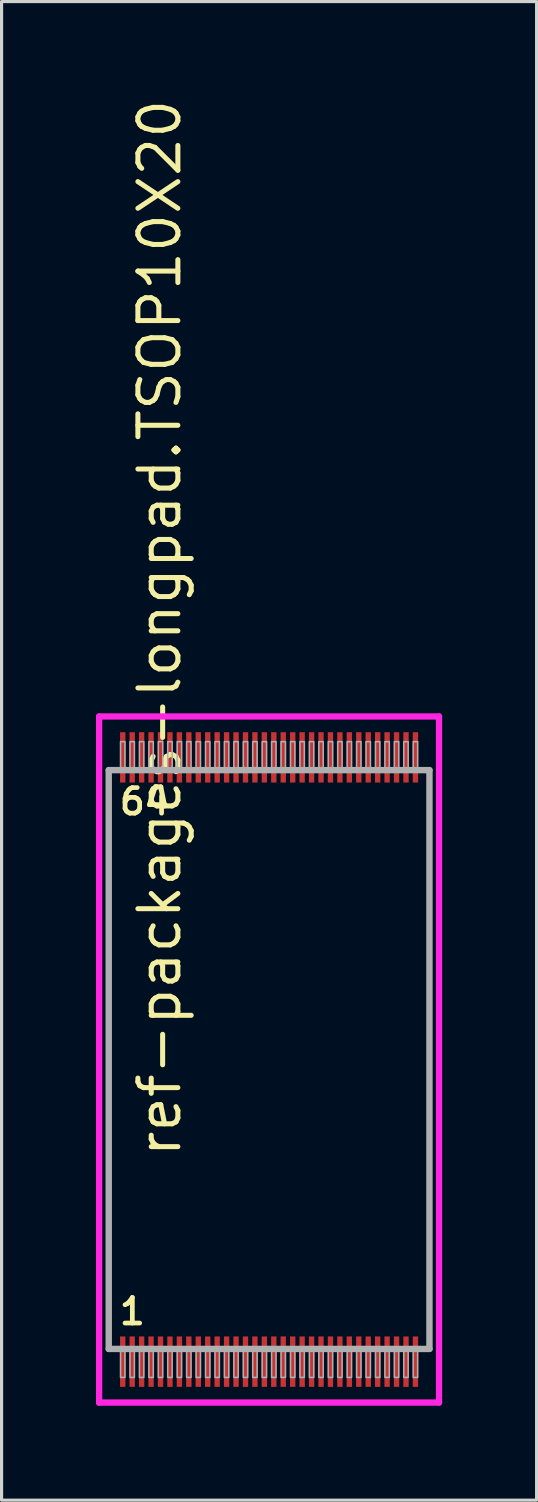
<source format=kicad_pcb>
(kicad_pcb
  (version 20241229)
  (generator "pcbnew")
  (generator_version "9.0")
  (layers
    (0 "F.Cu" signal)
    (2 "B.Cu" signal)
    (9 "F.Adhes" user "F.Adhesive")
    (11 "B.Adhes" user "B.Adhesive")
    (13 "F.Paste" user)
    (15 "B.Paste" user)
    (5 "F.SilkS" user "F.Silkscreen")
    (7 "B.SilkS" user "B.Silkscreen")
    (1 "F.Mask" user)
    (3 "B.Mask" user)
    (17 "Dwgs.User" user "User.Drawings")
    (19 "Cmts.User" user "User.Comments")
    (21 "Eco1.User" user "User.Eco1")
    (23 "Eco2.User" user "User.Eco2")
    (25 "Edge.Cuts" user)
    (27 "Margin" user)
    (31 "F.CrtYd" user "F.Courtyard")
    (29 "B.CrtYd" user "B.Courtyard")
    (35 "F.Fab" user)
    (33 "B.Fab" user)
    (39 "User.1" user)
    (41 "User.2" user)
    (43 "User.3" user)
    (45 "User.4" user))
  (footprint "ref-packages-longpad.TSOP10X20"
    (layer "F.Cu")
    (at 5.5 30.615)
    (property "Reference" "ref-packages-longpad.TSOP10X20" (at -2.735 3.175 90) (layer "F.SilkS") (effects (font (size 1.27 1.27) (thickness 0.16)) (justify left bottom)))
    (attr smd)
    (fp_line (start -5.4 -10.9) (end 5.4 -10.9) (stroke (width 0.2) (type default)) (layer "F.CrtYd"))
    (fp_line (start -5.4 10.9) (end -5.4 -10.9) (stroke (width 0.2) (type default)) (layer "F.CrtYd"))
    (fp_line (start 5.4 -10.9) (end 5.4 10.9) (stroke (width 0.2) (type default)) (layer "F.CrtYd"))
    (fp_line (start 5.4 10.9) (end -5.4 10.9) (stroke (width 0.2) (type default)) (layer "F.CrtYd"))
    (fp_line (start -5.095 -9.195) (end 5.095 -9.195) (stroke (width 0.203) (type default)) (layer "F.Fab"))
    (fp_line (start -5.095 9.195) (end -5.095 -9.195) (stroke (width 0.203) (type default)) (layer "F.Fab"))
    (fp_line (start 5.095 -9.195) (end 5.095 9.195) (stroke (width 0.203) (type default)) (layer "F.Fab"))
    (fp_line (start 5.095 9.195) (end -5.095 9.195) (stroke (width 0.203) (type default)) (layer "F.Fab"))
    (fp_rect (start -4.72 -9.25) (end -4.58 -10.1) (stroke (width 0.05) (type default)) (fill no) (layer "F.Fab"))
    (fp_rect (start -4.72 10.1) (end -4.58 9.25) (stroke (width 0.05) (type default)) (fill no) (layer "F.Fab"))
    (fp_rect (start -4.42 -9.25) (end -4.28 -10.1) (stroke (width 0.05) (type default)) (fill no) (layer "F.Fab"))
    (fp_rect (start -4.42 10.1) (end -4.28 9.25) (stroke (width 0.05) (type default)) (fill no) (layer "F.Fab"))
    (fp_rect (start -4.12 -9.25) (end -3.98 -10.1) (stroke (width 0.05) (type default)) (fill no) (layer "F.Fab"))
    (fp_rect (start -4.12 10.1) (end -3.98 9.25) (stroke (width 0.05) (type default)) (fill no) (layer "F.Fab"))
    (fp_rect (start -3.82 -9.25) (end -3.68 -10.1) (stroke (width 0.05) (type default)) (fill no) (layer "F.Fab"))
    (fp_rect (start -3.82 10.1) (end -3.68 9.25) (stroke (width 0.05) (type default)) (fill no) (layer "F.Fab"))
    (fp_rect (start -3.52 -9.25) (end -3.38 -10.1) (stroke (width 0.05) (type default)) (fill no) (layer "F.Fab"))
    (fp_rect (start -3.52 10.1) (end -3.38 9.25) (stroke (width 0.05) (type default)) (fill no) (layer "F.Fab"))
    (fp_rect (start -3.22 -9.25) (end -3.08 -10.1) (stroke (width 0.05) (type default)) (fill no) (layer "F.Fab"))
    (fp_rect (start -3.22 10.1) (end -3.08 9.25) (stroke (width 0.05) (type default)) (fill no) (layer "F.Fab"))
    (fp_rect (start -2.92 -9.25) (end -2.78 -10.1) (stroke (width 0.05) (type default)) (fill no) (layer "F.Fab"))
    (fp_rect (start -2.92 10.1) (end -2.78 9.25) (stroke (width 0.05) (type default)) (fill no) (layer "F.Fab"))
    (fp_rect (start -2.62 -9.25) (end -2.48 -10.1) (stroke (width 0.05) (type default)) (fill no) (layer "F.Fab"))
    (fp_rect (start -2.62 10.1) (end -2.48 9.25) (stroke (width 0.05) (type default)) (fill no) (layer "F.Fab"))
    (fp_rect (start -2.32 -9.25) (end -2.18 -10.1) (stroke (width 0.05) (type default)) (fill no) (layer "F.Fab"))
    (fp_rect (start -2.32 10.1) (end -2.18 9.25) (stroke (width 0.05) (type default)) (fill no) (layer "F.Fab"))
    (fp_rect (start -2.02 -9.25) (end -1.88 -10.1) (stroke (width 0.05) (type default)) (fill no) (layer "F.Fab"))
    (fp_rect (start -2.02 10.1) (end -1.88 9.25) (stroke (width 0.05) (type default)) (fill no) (layer "F.Fab"))
    (fp_rect (start -1.72 -9.25) (end -1.58 -10.1) (stroke (width 0.05) (type default)) (fill no) (layer "F.Fab"))
    (fp_rect (start -1.72 10.1) (end -1.58 9.25) (stroke (width 0.05) (type default)) (fill no) (layer "F.Fab"))
    (fp_rect (start -1.42 -9.25) (end -1.28 -10.1) (stroke (width 0.05) (type default)) (fill no) (layer "F.Fab"))
    (fp_rect (start -1.42 10.1) (end -1.28 9.25) (stroke (width 0.05) (type default)) (fill no) (layer "F.Fab"))
    (fp_rect (start -1.12 -9.25) (end -0.98 -10.1) (stroke (width 0.05) (type default)) (fill no) (layer "F.Fab"))
    (fp_rect (start -1.12 10.1) (end -0.98 9.25) (stroke (width 0.05) (type default)) (fill no) (layer "F.Fab"))
    (fp_rect (start -0.82 -9.25) (end -0.68 -10.1) (stroke (width 0.05) (type default)) (fill no) (layer "F.Fab"))
    (fp_rect (start -0.82 10.1) (end -0.68 9.25) (stroke (width 0.05) (type default)) (fill no) (layer "F.Fab"))
    (fp_rect (start -0.52 -9.25) (end -0.38 -10.1) (stroke (width 0.05) (type default)) (fill no) (layer "F.Fab"))
    (fp_rect (start -0.52 10.1) (end -0.38 9.25) (stroke (width 0.05) (type default)) (fill no) (layer "F.Fab"))
    (fp_rect (start -0.22 -9.25) (end -0.08 -10.1) (stroke (width 0.05) (type default)) (fill no) (layer "F.Fab"))
    (fp_rect (start -0.22 10.1) (end -0.08 9.25) (stroke (width 0.05) (type default)) (fill no) (layer "F.Fab"))
    (fp_rect (start 0.08 -9.25) (end 0.22 -10.1) (stroke (width 0.05) (type default)) (fill no) (layer "F.Fab"))
    (fp_rect (start 0.08 10.1) (end 0.22 9.25) (stroke (width 0.05) (type default)) (fill no) (layer "F.Fab"))
    (fp_rect (start 0.38 -9.25) (end 0.52 -10.1) (stroke (width 0.05) (type default)) (fill no) (layer "F.Fab"))
    (fp_rect (start 0.38 10.1) (end 0.52 9.25) (stroke (width 0.05) (type default)) (fill no) (layer "F.Fab"))
    (fp_rect (start 0.68 -9.25) (end 0.82 -10.1) (stroke (width 0.05) (type default)) (fill no) (layer "F.Fab"))
    (fp_rect (start 0.68 10.1) (end 0.82 9.25) (stroke (width 0.05) (type default)) (fill no) (layer "F.Fab"))
    (fp_rect (start 0.98 -9.25) (end 1.12 -10.1) (stroke (width 0.05) (type default)) (fill no) (layer "F.Fab"))
    (fp_rect (start 0.98 10.1) (end 1.12 9.25) (stroke (width 0.05) (type default)) (fill no) (layer "F.Fab"))
    (fp_rect (start 1.28 -9.25) (end 1.42 -10.1) (stroke (width 0.05) (type default)) (fill no) (layer "F.Fab"))
    (fp_rect (start 1.28 10.1) (end 1.42 9.25) (stroke (width 0.05) (type default)) (fill no) (layer "F.Fab"))
    (fp_rect (start 1.58 -9.25) (end 1.72 -10.1) (stroke (width 0.05) (type default)) (fill no) (layer "F.Fab"))
    (fp_rect (start 1.58 10.1) (end 1.72 9.25) (stroke (width 0.05) (type default)) (fill no) (layer "F.Fab"))
    (fp_rect (start 1.88 -9.25) (end 2.02 -10.1) (stroke (width 0.05) (type default)) (fill no) (layer "F.Fab"))
    (fp_rect (start 1.88 10.1) (end 2.02 9.25) (stroke (width 0.05) (type default)) (fill no) (layer "F.Fab"))
    (fp_rect (start 2.18 -9.25) (end 2.32 -10.1) (stroke (width 0.05) (type default)) (fill no) (layer "F.Fab"))
    (fp_rect (start 2.18 10.1) (end 2.32 9.25) (stroke (width 0.05) (type default)) (fill no) (layer "F.Fab"))
    (fp_rect (start 2.48 -9.25) (end 2.62 -10.1) (stroke (width 0.05) (type default)) (fill no) (layer "F.Fab"))
    (fp_rect (start 2.48 10.1) (end 2.62 9.25) (stroke (width 0.05) (type default)) (fill no) (layer "F.Fab"))
    (fp_rect (start 2.78 -9.25) (end 2.92 -10.1) (stroke (width 0.05) (type default)) (fill no) (layer "F.Fab"))
    (fp_rect (start 2.78 10.1) (end 2.92 9.25) (stroke (width 0.05) (type default)) (fill no) (layer "F.Fab"))
    (fp_rect (start 3.08 -9.25) (end 3.22 -10.1) (stroke (width 0.05) (type default)) (fill no) (layer "F.Fab"))
    (fp_rect (start 3.08 10.1) (end 3.22 9.25) (stroke (width 0.05) (type default)) (fill no) (layer "F.Fab"))
    (fp_rect (start 3.38 -9.25) (end 3.52 -10.1) (stroke (width 0.05) (type default)) (fill no) (layer "F.Fab"))
    (fp_rect (start 3.38 10.1) (end 3.52 9.25) (stroke (width 0.05) (type default)) (fill no) (layer "F.Fab"))
    (fp_rect (start 3.68 -9.25) (end 3.82 -10.1) (stroke (width 0.05) (type default)) (fill no) (layer "F.Fab"))
    (fp_rect (start 3.68 10.1) (end 3.82 9.25) (stroke (width 0.05) (type default)) (fill no) (layer "F.Fab"))
    (fp_rect (start 3.98 -9.25) (end 4.12 -10.1) (stroke (width 0.05) (type default)) (fill no) (layer "F.Fab"))
    (fp_rect (start 3.98 10.1) (end 4.12 9.25) (stroke (width 0.05) (type default)) (fill no) (layer "F.Fab"))
    (fp_rect (start 4.28 -9.25) (end 4.42 -10.1) (stroke (width 0.05) (type default)) (fill no) (layer "F.Fab"))
    (fp_rect (start 4.28 10.1) (end 4.42 9.25) (stroke (width 0.05) (type default)) (fill no) (layer "F.Fab"))
    (fp_rect (start 4.58 -9.25) (end 4.72 -10.1) (stroke (width 0.05) (type default)) (fill no) (layer "F.Fab"))
    (fp_rect (start 4.58 10.1) (end 4.72 9.25) (stroke (width 0.05) (type default)) (fill no) (layer "F.Fab"))
    (fp_text user "64" (at -4.831 -7.72 0) (layer "F.SilkS") (effects (font (size 0.813 0.813) (thickness 0.15)) (justify left bottom)))
    (fp_text user "1" (at -4.831 8.48 0) (layer "F.SilkS") (effects (font (size 0.813 0.813) (thickness 0.15)) (justify left bottom)))
    (pad "1" smd roundrect (at -4.65 9.6) (size 0.17 1.6) (layers "F.Cu" "F.Mask" "F.Paste") (roundrect_rratio 0.01))
    (pad "2" smd roundrect (at -4.35 9.6) (size 0.17 1.6) (layers "F.Cu" "F.Mask" "F.Paste") (roundrect_rratio 0.01))
    (pad "3" smd roundrect (at -4.05 9.6) (size 0.17 1.6) (layers "F.Cu" "F.Mask" "F.Paste") (roundrect_rratio 0.01))
    (pad "4" smd roundrect (at -3.75 9.6) (size 0.17 1.6) (layers "F.Cu" "F.Mask" "F.Paste") (roundrect_rratio 0.01))
    (pad "5" smd roundrect (at -3.45 9.6) (size 0.17 1.6) (layers "F.Cu" "F.Mask" "F.Paste") (roundrect_rratio 0.01))
    (pad "6" smd roundrect (at -3.15 9.6) (size 0.17 1.6) (layers "F.Cu" "F.Mask" "F.Paste") (roundrect_rratio 0.01))
    (pad "7" smd roundrect (at -2.85 9.6) (size 0.17 1.6) (layers "F.Cu" "F.Mask" "F.Paste") (roundrect_rratio 0.01))
    (pad "8" smd roundrect (at -2.55 9.6) (size 0.17 1.6) (layers "F.Cu" "F.Mask" "F.Paste") (roundrect_rratio 0.01))
    (pad "9" smd roundrect (at -2.25 9.6) (size 0.17 1.6) (layers "F.Cu" "F.Mask" "F.Paste") (roundrect_rratio 0.01))
    (pad "10" smd roundrect (at -1.95 9.6) (size 0.17 1.6) (layers "F.Cu" "F.Mask" "F.Paste") (roundrect_rratio 0.01))
    (pad "11" smd roundrect (at -1.65 9.6) (size 0.17 1.6) (layers "F.Cu" "F.Mask" "F.Paste") (roundrect_rratio 0.01))
    (pad "12" smd roundrect (at -1.35 9.6) (size 0.17 1.6) (layers "F.Cu" "F.Mask" "F.Paste") (roundrect_rratio 0.01))
    (pad "13" smd roundrect (at -1.05 9.6) (size 0.17 1.6) (layers "F.Cu" "F.Mask" "F.Paste") (roundrect_rratio 0.01))
    (pad "14" smd roundrect (at -0.75 9.6) (size 0.17 1.6) (layers "F.Cu" "F.Mask" "F.Paste") (roundrect_rratio 0.01))
    (pad "15" smd roundrect (at -0.45 9.6) (size 0.17 1.6) (layers "F.Cu" "F.Mask" "F.Paste") (roundrect_rratio 0.01))
    (pad "16" smd roundrect (at -0.15 9.6) (size 0.17 1.6) (layers "F.Cu" "F.Mask" "F.Paste") (roundrect_rratio 0.01))
    (pad "17" smd roundrect (at 0.15 9.6) (size 0.17 1.6) (layers "F.Cu" "F.Mask" "F.Paste") (roundrect_rratio 0.01))
    (pad "18" smd roundrect (at 0.45 9.6) (size 0.17 1.6) (layers "F.Cu" "F.Mask" "F.Paste") (roundrect_rratio 0.01))
    (pad "19" smd roundrect (at 0.75 9.6) (size 0.17 1.6) (layers "F.Cu" "F.Mask" "F.Paste") (roundrect_rratio 0.01))
    (pad "20" smd roundrect (at 1.05 9.6) (size 0.17 1.6) (layers "F.Cu" "F.Mask" "F.Paste") (roundrect_rratio 0.01))
    (pad "21" smd roundrect (at 1.35 9.6) (size 0.17 1.6) (layers "F.Cu" "F.Mask" "F.Paste") (roundrect_rratio 0.01))
    (pad "22" smd roundrect (at 1.65 9.6) (size 0.17 1.6) (layers "F.Cu" "F.Mask" "F.Paste") (roundrect_rratio 0.01))
    (pad "23" smd roundrect (at 1.95 9.6) (size 0.17 1.6) (layers "F.Cu" "F.Mask" "F.Paste") (roundrect_rratio 0.01))
    (pad "24" smd roundrect (at 2.25 9.6) (size 0.17 1.6) (layers "F.Cu" "F.Mask" "F.Paste") (roundrect_rratio 0.01))
    (pad "25" smd roundrect (at 2.55 9.6) (size 0.17 1.6) (layers "F.Cu" "F.Mask" "F.Paste") (roundrect_rratio 0.01))
    (pad "26" smd roundrect (at 2.85 9.6) (size 0.17 1.6) (layers "F.Cu" "F.Mask" "F.Paste") (roundrect_rratio 0.01))
    (pad "27" smd roundrect (at 3.15 9.6) (size 0.17 1.6) (layers "F.Cu" "F.Mask" "F.Paste") (roundrect_rratio 0.01))
    (pad "28" smd roundrect (at 3.45 9.6) (size 0.17 1.6) (layers "F.Cu" "F.Mask" "F.Paste") (roundrect_rratio 0.01))
    (pad "29" smd roundrect (at 3.75 9.6) (size 0.17 1.6) (layers "F.Cu" "F.Mask" "F.Paste") (roundrect_rratio 0.01))
    (pad "30" smd roundrect (at 4.05 9.6) (size 0.17 1.6) (layers "F.Cu" "F.Mask" "F.Paste") (roundrect_rratio 0.01))
    (pad "31" smd roundrect (at 4.35 9.6) (size 0.17 1.6) (layers "F.Cu" "F.Mask" "F.Paste") (roundrect_rratio 0.01))
    (pad "32" smd roundrect (at 4.65 9.6) (size 0.17 1.6) (layers "F.Cu" "F.Mask" "F.Paste") (roundrect_rratio 0.01))
    (pad "33" smd roundrect (at 4.65 -9.6) (size 0.17 1.6) (layers "F.Cu" "F.Mask" "F.Paste") (roundrect_rratio 0.01))
    (pad "34" smd roundrect (at 4.35 -9.6) (size 0.17 1.6) (layers "F.Cu" "F.Mask" "F.Paste") (roundrect_rratio 0.01))
    (pad "35" smd roundrect (at 4.05 -9.6) (size 0.17 1.6) (layers "F.Cu" "F.Mask" "F.Paste") (roundrect_rratio 0.01))
    (pad "36" smd roundrect (at 3.75 -9.6) (size 0.17 1.6) (layers "F.Cu" "F.Mask" "F.Paste") (roundrect_rratio 0.01))
    (pad "37" smd roundrect (at 3.45 -9.6) (size 0.17 1.6) (layers "F.Cu" "F.Mask" "F.Paste") (roundrect_rratio 0.01))
    (pad "38" smd roundrect (at 3.15 -9.6) (size 0.17 1.6) (layers "F.Cu" "F.Mask" "F.Paste") (roundrect_rratio 0.01))
    (pad "39" smd roundrect (at 2.85 -9.6) (size 0.17 1.6) (layers "F.Cu" "F.Mask" "F.Paste") (roundrect_rratio 0.01))
    (pad "40" smd roundrect (at 2.55 -9.6) (size 0.17 1.6) (layers "F.Cu" "F.Mask" "F.Paste") (roundrect_rratio 0.01))
    (pad "41" smd roundrect (at 2.25 -9.6) (size 0.17 1.6) (layers "F.Cu" "F.Mask" "F.Paste") (roundrect_rratio 0.01))
    (pad "42" smd roundrect (at 1.95 -9.6) (size 0.17 1.6) (layers "F.Cu" "F.Mask" "F.Paste") (roundrect_rratio 0.01))
    (pad "43" smd roundrect (at 1.65 -9.6) (size 0.17 1.6) (layers "F.Cu" "F.Mask" "F.Paste") (roundrect_rratio 0.01))
    (pad "44" smd roundrect (at 1.35 -9.6) (size 0.17 1.6) (layers "F.Cu" "F.Mask" "F.Paste") (roundrect_rratio 0.01))
    (pad "45" smd roundrect (at 1.05 -9.6) (size 0.17 1.6) (layers "F.Cu" "F.Mask" "F.Paste") (roundrect_rratio 0.01))
    (pad "46" smd roundrect (at 0.75 -9.6) (size 0.17 1.6) (layers "F.Cu" "F.Mask" "F.Paste") (roundrect_rratio 0.01))
    (pad "47" smd roundrect (at 0.45 -9.6) (size 0.17 1.6) (layers "F.Cu" "F.Mask" "F.Paste") (roundrect_rratio 0.01))
    (pad "48" smd roundrect (at 0.15 -9.6) (size 0.17 1.6) (layers "F.Cu" "F.Mask" "F.Paste") (roundrect_rratio 0.01))
    (pad "49" smd roundrect (at -0.15 -9.6) (size 0.17 1.6) (layers "F.Cu" "F.Mask" "F.Paste") (roundrect_rratio 0.01))
    (pad "50" smd roundrect (at -0.45 -9.6) (size 0.17 1.6) (layers "F.Cu" "F.Mask" "F.Paste") (roundrect_rratio 0.01))
    (pad "51" smd roundrect (at -0.75 -9.6) (size 0.17 1.6) (layers "F.Cu" "F.Mask" "F.Paste") (roundrect_rratio 0.01))
    (pad "52" smd roundrect (at -1.05 -9.6) (size 0.17 1.6) (layers "F.Cu" "F.Mask" "F.Paste") (roundrect_rratio 0.01))
    (pad "53" smd roundrect (at -1.35 -9.6) (size 0.17 1.6) (layers "F.Cu" "F.Mask" "F.Paste") (roundrect_rratio 0.01))
    (pad "54" smd roundrect (at -1.65 -9.6) (size 0.17 1.6) (layers "F.Cu" "F.Mask" "F.Paste") (roundrect_rratio 0.01))
    (pad "55" smd roundrect (at -1.95 -9.6) (size 0.17 1.6) (layers "F.Cu" "F.Mask" "F.Paste") (roundrect_rratio 0.01))
    (pad "56" smd roundrect (at -2.25 -9.6) (size 0.17 1.6) (layers "F.Cu" "F.Mask" "F.Paste") (roundrect_rratio 0.01))
    (pad "57" smd roundrect (at -2.55 -9.6) (size 0.17 1.6) (layers "F.Cu" "F.Mask" "F.Paste") (roundrect_rratio 0.01))
    (pad "58" smd roundrect (at -2.85 -9.6) (size 0.17 1.6) (layers "F.Cu" "F.Mask" "F.Paste") (roundrect_rratio 0.01))
    (pad "59" smd roundrect (at -3.15 -9.6) (size 0.17 1.6) (layers "F.Cu" "F.Mask" "F.Paste") (roundrect_rratio 0.01))
    (pad "60" smd roundrect (at -3.45 -9.6) (size 0.17 1.6) (layers "F.Cu" "F.Mask" "F.Paste") (roundrect_rratio 0.01))
    (pad "61" smd roundrect (at -3.75 -9.6) (size 0.17 1.6) (layers "F.Cu" "F.Mask" "F.Paste") (roundrect_rratio 0.01))
    (pad "62" smd roundrect (at -4.05 -9.6) (size 0.17 1.6) (layers "F.Cu" "F.Mask" "F.Paste") (roundrect_rratio 0.01))
    (pad "63" smd roundrect (at -4.35 -9.6) (size 0.17 1.6) (layers "F.Cu" "F.Mask" "F.Paste") (roundrect_rratio 0.01))
    (pad "64" smd roundrect (at -4.65 -9.6) (size 0.17 1.6) (layers "F.Cu" "F.Mask" "F.Paste") (roundrect_rratio 0.01)))
  (gr_rect
    (start -3 -3)
    (end 14 44.615)
    (stroke (width 0.1) (type default))
    (fill no)
    (layer "Edge.Cuts")))
</source>
